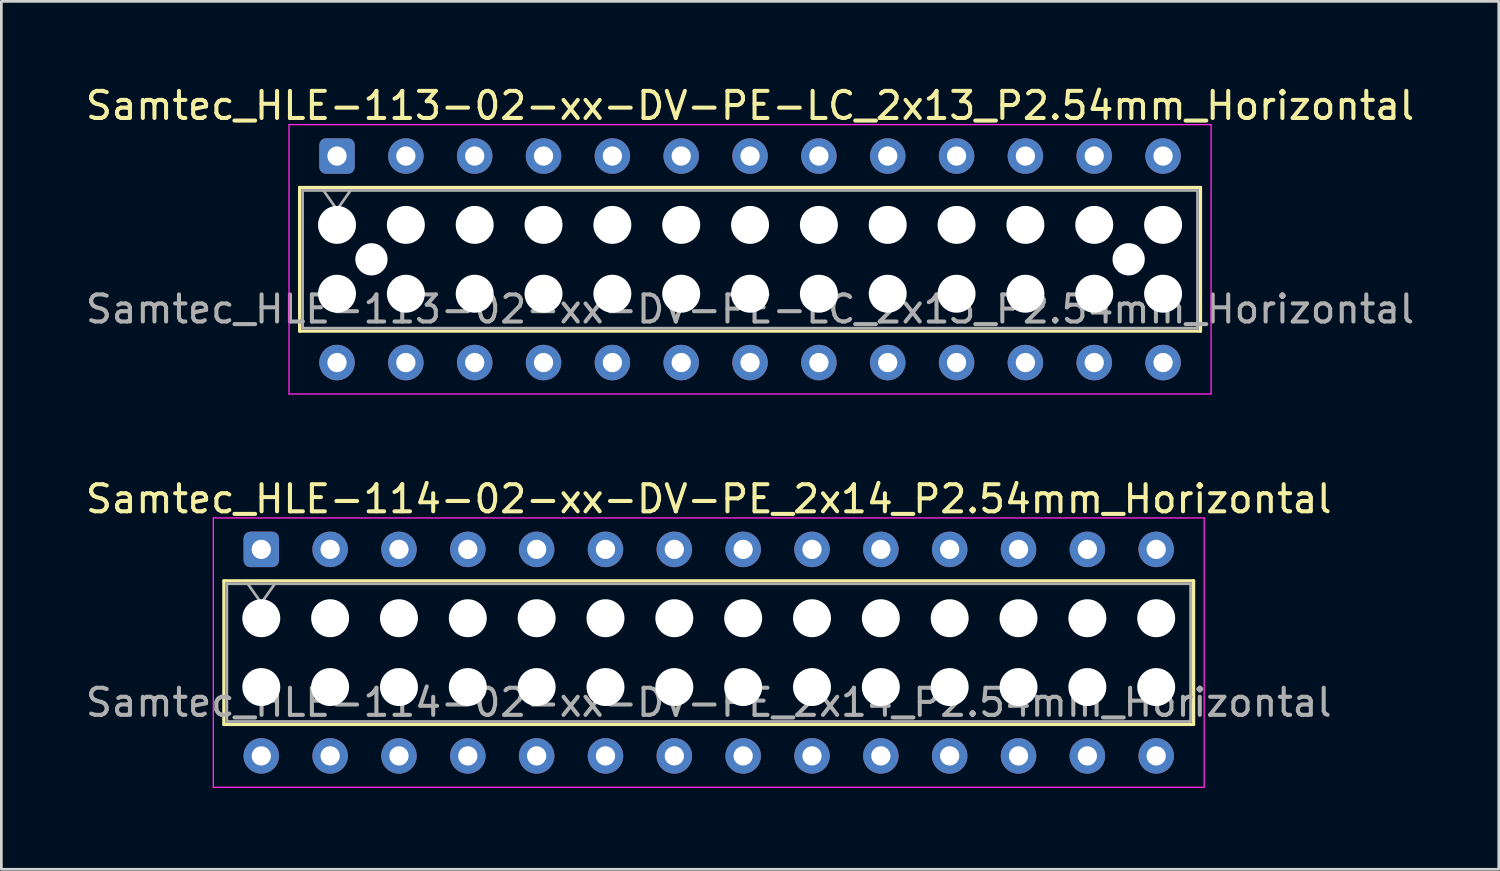
<source format=kicad_pcb>
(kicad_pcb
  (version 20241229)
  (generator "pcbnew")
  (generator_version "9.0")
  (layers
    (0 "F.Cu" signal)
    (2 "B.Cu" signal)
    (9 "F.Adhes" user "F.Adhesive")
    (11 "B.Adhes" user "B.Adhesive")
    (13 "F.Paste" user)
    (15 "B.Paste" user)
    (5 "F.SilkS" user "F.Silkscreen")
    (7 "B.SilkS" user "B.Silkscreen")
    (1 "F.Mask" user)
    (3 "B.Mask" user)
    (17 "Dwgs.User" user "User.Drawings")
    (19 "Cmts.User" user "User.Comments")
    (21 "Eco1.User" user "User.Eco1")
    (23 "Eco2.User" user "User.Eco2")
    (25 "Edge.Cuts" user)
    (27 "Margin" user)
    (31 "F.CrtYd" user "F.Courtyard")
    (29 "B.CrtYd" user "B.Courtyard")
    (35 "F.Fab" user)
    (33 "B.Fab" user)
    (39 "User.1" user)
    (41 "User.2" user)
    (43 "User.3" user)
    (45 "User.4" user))
  (footprint "Samtec_HLE-114-02-xx-DV-PE_2x14_P2.54mm_Horizontal"
    (layer "F.Cu")
    (at 6.591 17.221)
    (property "Reference" "Samtec_HLE-114-02-xx-DV-PE_2x14_P2.54mm_Horizontal" (at 16.51 -1.86 0) (layer "F.SilkS") (effects (font (size 1 1) (thickness 0.15))))
    (attr through_hole)
    (fp_line (start -1.38 1.16) (end 34.4 1.16) (stroke (width 0.12) (type solid)) (layer "F.SilkS"))
    (fp_line (start -1.38 6.46) (end -1.38 1.16) (stroke (width 0.12) (type solid)) (layer "F.SilkS"))
    (fp_line (start 34.4 1.16) (end 34.4 6.46) (stroke (width 0.12) (type solid)) (layer "F.SilkS"))
    (fp_line (start 34.4 6.46) (end -1.38 6.46) (stroke (width 0.12) (type solid)) (layer "F.SilkS"))
    (fp_line (start -1.77 -1.16) (end 34.79 -1.16) (stroke (width 0.05) (type solid)) (layer "F.CrtYd"))
    (fp_line (start -1.77 8.78) (end -1.77 -1.16) (stroke (width 0.05) (type solid)) (layer "F.CrtYd"))
    (fp_line (start 34.79 -1.16) (end 34.79 8.78) (stroke (width 0.05) (type solid)) (layer "F.CrtYd"))
    (fp_line (start 34.79 8.78) (end -1.77 8.78) (stroke (width 0.05) (type solid)) (layer "F.CrtYd"))
    (fp_line (start -1.27 1.27) (end 34.29 1.27) (stroke (width 0.1) (type solid)) (layer "F.Fab"))
    (fp_line (start -1.27 6.35) (end -1.27 1.27) (stroke (width 0.1) (type solid)) (layer "F.Fab"))
    (fp_line (start -0.5 1.27) (end 0 1.977) (stroke (width 0.1) (type solid)) (layer "F.Fab"))
    (fp_line (start 0 1.977) (end 0.5 1.27) (stroke (width 0.1) (type solid)) (layer "F.Fab"))
    (fp_line (start 34.29 1.27) (end 34.29 6.35) (stroke (width 0.1) (type solid)) (layer "F.Fab"))
    (fp_line (start 34.29 6.35) (end -1.27 6.35) (stroke (width 0.1) (type solid)) (layer "F.Fab"))
    (fp_text user "${REFERENCE}" (at 16.51 5.65 0) (layer "F.Fab") (effects (font (size 1 1) (thickness 0.15))))
    (pad "" np_thru_hole circle (at 0 2.54) (size 1.4 1.4) (drill 1.4) (layers "*.Cu" "*.Mask"))
    (pad "" np_thru_hole circle (at 0 5.08) (size 1.4 1.4) (drill 1.4) (layers "*.Cu" "*.Mask"))
    (pad "" np_thru_hole circle (at 2.54 2.54) (size 1.4 1.4) (drill 1.4) (layers "*.Cu" "*.Mask"))
    (pad "" np_thru_hole circle (at 2.54 5.08) (size 1.4 1.4) (drill 1.4) (layers "*.Cu" "*.Mask"))
    (pad "" np_thru_hole circle (at 5.08 2.54) (size 1.4 1.4) (drill 1.4) (layers "*.Cu" "*.Mask"))
    (pad "" np_thru_hole circle (at 5.08 5.08) (size 1.4 1.4) (drill 1.4) (layers "*.Cu" "*.Mask"))
    (pad "" np_thru_hole circle (at 7.62 2.54) (size 1.4 1.4) (drill 1.4) (layers "*.Cu" "*.Mask"))
    (pad "" np_thru_hole circle (at 7.62 5.08) (size 1.4 1.4) (drill 1.4) (layers "*.Cu" "*.Mask"))
    (pad "" np_thru_hole circle (at 10.16 2.54) (size 1.4 1.4) (drill 1.4) (layers "*.Cu" "*.Mask"))
    (pad "" np_thru_hole circle (at 10.16 5.08) (size 1.4 1.4) (drill 1.4) (layers "*.Cu" "*.Mask"))
    (pad "" np_thru_hole circle (at 12.7 2.54) (size 1.4 1.4) (drill 1.4) (layers "*.Cu" "*.Mask"))
    (pad "" np_thru_hole circle (at 12.7 5.08) (size 1.4 1.4) (drill 1.4) (layers "*.Cu" "*.Mask"))
    (pad "" np_thru_hole circle (at 15.24 2.54) (size 1.4 1.4) (drill 1.4) (layers "*.Cu" "*.Mask"))
    (pad "" np_thru_hole circle (at 15.24 5.08) (size 1.4 1.4) (drill 1.4) (layers "*.Cu" "*.Mask"))
    (pad "" np_thru_hole circle (at 17.78 2.54) (size 1.4 1.4) (drill 1.4) (layers "*.Cu" "*.Mask"))
    (pad "" np_thru_hole circle (at 17.78 5.08) (size 1.4 1.4) (drill 1.4) (layers "*.Cu" "*.Mask"))
    (pad "" np_thru_hole circle (at 20.32 2.54) (size 1.4 1.4) (drill 1.4) (layers "*.Cu" "*.Mask"))
    (pad "" np_thru_hole circle (at 20.32 5.08) (size 1.4 1.4) (drill 1.4) (layers "*.Cu" "*.Mask"))
    (pad "" np_thru_hole circle (at 22.86 2.54) (size 1.4 1.4) (drill 1.4) (layers "*.Cu" "*.Mask"))
    (pad "" np_thru_hole circle (at 22.86 5.08) (size 1.4 1.4) (drill 1.4) (layers "*.Cu" "*.Mask"))
    (pad "" np_thru_hole circle (at 25.4 2.54) (size 1.4 1.4) (drill 1.4) (layers "*.Cu" "*.Mask"))
    (pad "" np_thru_hole circle (at 25.4 5.08) (size 1.4 1.4) (drill 1.4) (layers "*.Cu" "*.Mask"))
    (pad "" np_thru_hole circle (at 27.94 2.54) (size 1.4 1.4) (drill 1.4) (layers "*.Cu" "*.Mask"))
    (pad "" np_thru_hole circle (at 27.94 5.08) (size 1.4 1.4) (drill 1.4) (layers "*.Cu" "*.Mask"))
    (pad "" np_thru_hole circle (at 30.48 2.54) (size 1.4 1.4) (drill 1.4) (layers "*.Cu" "*.Mask"))
    (pad "" np_thru_hole circle (at 30.48 5.08) (size 1.4 1.4) (drill 1.4) (layers "*.Cu" "*.Mask"))
    (pad "" np_thru_hole circle (at 33.02 2.54) (size 1.4 1.4) (drill 1.4) (layers "*.Cu" "*.Mask"))
    (pad "" np_thru_hole circle (at 33.02 5.08) (size 1.4 1.4) (drill 1.4) (layers "*.Cu" "*.Mask"))
    (pad "1" thru_hole roundrect (at 0 0) (size 1.31 1.31) (drill 0.71) (layers "*.Cu" "*.Mask") (roundrect_rratio 0.191))
    (pad "2" thru_hole circle (at 0 7.62) (size 1.31 1.31) (drill 0.71) (layers "*.Cu" "*.Mask"))
    (pad "3" thru_hole circle (at 2.54 0) (size 1.31 1.31) (drill 0.71) (layers "*.Cu" "*.Mask"))
    (pad "4" thru_hole circle (at 2.54 7.62) (size 1.31 1.31) (drill 0.71) (layers "*.Cu" "*.Mask"))
    (pad "5" thru_hole circle (at 5.08 0) (size 1.31 1.31) (drill 0.71) (layers "*.Cu" "*.Mask"))
    (pad "6" thru_hole circle (at 5.08 7.62) (size 1.31 1.31) (drill 0.71) (layers "*.Cu" "*.Mask"))
    (pad "7" thru_hole circle (at 7.62 0) (size 1.31 1.31) (drill 0.71) (layers "*.Cu" "*.Mask"))
    (pad "8" thru_hole circle (at 7.62 7.62) (size 1.31 1.31) (drill 0.71) (layers "*.Cu" "*.Mask"))
    (pad "9" thru_hole circle (at 10.16 0) (size 1.31 1.31) (drill 0.71) (layers "*.Cu" "*.Mask"))
    (pad "10" thru_hole circle (at 10.16 7.62) (size 1.31 1.31) (drill 0.71) (layers "*.Cu" "*.Mask"))
    (pad "11" thru_hole circle (at 12.7 0) (size 1.31 1.31) (drill 0.71) (layers "*.Cu" "*.Mask"))
    (pad "12" thru_hole circle (at 12.7 7.62) (size 1.31 1.31) (drill 0.71) (layers "*.Cu" "*.Mask"))
    (pad "13" thru_hole circle (at 15.24 0) (size 1.31 1.31) (drill 0.71) (layers "*.Cu" "*.Mask"))
    (pad "14" thru_hole circle (at 15.24 7.62) (size 1.31 1.31) (drill 0.71) (layers "*.Cu" "*.Mask"))
    (pad "15" thru_hole circle (at 17.78 0) (size 1.31 1.31) (drill 0.71) (layers "*.Cu" "*.Mask"))
    (pad "16" thru_hole circle (at 17.78 7.62) (size 1.31 1.31) (drill 0.71) (layers "*.Cu" "*.Mask"))
    (pad "17" thru_hole circle (at 20.32 0) (size 1.31 1.31) (drill 0.71) (layers "*.Cu" "*.Mask"))
    (pad "18" thru_hole circle (at 20.32 7.62) (size 1.31 1.31) (drill 0.71) (layers "*.Cu" "*.Mask"))
    (pad "19" thru_hole circle (at 22.86 0) (size 1.31 1.31) (drill 0.71) (layers "*.Cu" "*.Mask"))
    (pad "20" thru_hole circle (at 22.86 7.62) (size 1.31 1.31) (drill 0.71) (layers "*.Cu" "*.Mask"))
    (pad "21" thru_hole circle (at 25.4 0) (size 1.31 1.31) (drill 0.71) (layers "*.Cu" "*.Mask"))
    (pad "22" thru_hole circle (at 25.4 7.62) (size 1.31 1.31) (drill 0.71) (layers "*.Cu" "*.Mask"))
    (pad "23" thru_hole circle (at 27.94 0) (size 1.31 1.31) (drill 0.71) (layers "*.Cu" "*.Mask"))
    (pad "24" thru_hole circle (at 27.94 7.62) (size 1.31 1.31) (drill 0.71) (layers "*.Cu" "*.Mask"))
    (pad "25" thru_hole circle (at 30.48 0) (size 1.31 1.31) (drill 0.71) (layers "*.Cu" "*.Mask"))
    (pad "26" thru_hole circle (at 30.48 7.62) (size 1.31 1.31) (drill 0.71) (layers "*.Cu" "*.Mask"))
    (pad "27" thru_hole circle (at 33.02 0) (size 1.31 1.31) (drill 0.71) (layers "*.Cu" "*.Mask"))
    (pad "28" thru_hole circle (at 33.02 7.62) (size 1.31 1.31) (drill 0.71) (layers "*.Cu" "*.Mask")))
  (footprint "Samtec_HLE-113-02-xx-DV-PE-LC_2x13_P2.54mm_Horizontal"
    (layer "F.Cu")
    (at 9.385 2.708)
    (property "Reference" "Samtec_HLE-113-02-xx-DV-PE-LC_2x13_P2.54mm_Horizontal" (at 15.24 -1.86 0) (layer "F.SilkS") (effects (font (size 1 1) (thickness 0.15))))
    (attr through_hole)
    (fp_line (start -1.38 1.16) (end 31.86 1.16) (stroke (width 0.12) (type solid)) (layer "F.SilkS"))
    (fp_line (start -1.38 6.46) (end -1.38 1.16) (stroke (width 0.12) (type solid)) (layer "F.SilkS"))
    (fp_line (start 31.86 1.16) (end 31.86 6.46) (stroke (width 0.12) (type solid)) (layer "F.SilkS"))
    (fp_line (start 31.86 6.46) (end -1.38 6.46) (stroke (width 0.12) (type solid)) (layer "F.SilkS"))
    (fp_line (start -1.77 -1.16) (end 32.25 -1.16) (stroke (width 0.05) (type solid)) (layer "F.CrtYd"))
    (fp_line (start -1.77 8.78) (end -1.77 -1.16) (stroke (width 0.05) (type solid)) (layer "F.CrtYd"))
    (fp_line (start 32.25 -1.16) (end 32.25 8.78) (stroke (width 0.05) (type solid)) (layer "F.CrtYd"))
    (fp_line (start 32.25 8.78) (end -1.77 8.78) (stroke (width 0.05) (type solid)) (layer "F.CrtYd"))
    (fp_line (start -1.27 1.27) (end 31.75 1.27) (stroke (width 0.1) (type solid)) (layer "F.Fab"))
    (fp_line (start -1.27 6.35) (end -1.27 1.27) (stroke (width 0.1) (type solid)) (layer "F.Fab"))
    (fp_line (start -0.5 1.27) (end 0 1.977) (stroke (width 0.1) (type solid)) (layer "F.Fab"))
    (fp_line (start 0 1.977) (end 0.5 1.27) (stroke (width 0.1) (type solid)) (layer "F.Fab"))
    (fp_line (start 31.75 1.27) (end 31.75 6.35) (stroke (width 0.1) (type solid)) (layer "F.Fab"))
    (fp_line (start 31.75 6.35) (end -1.27 6.35) (stroke (width 0.1) (type solid)) (layer "F.Fab"))
    (fp_text user "${REFERENCE}" (at 15.24 5.65 0) (layer "F.Fab") (effects (font (size 1 1) (thickness 0.15))))
    (pad "" np_thru_hole circle (at 0 2.54) (size 1.4 1.4) (drill 1.4) (layers "*.Cu" "*.Mask"))
    (pad "" np_thru_hole circle (at 0 5.08) (size 1.4 1.4) (drill 1.4) (layers "*.Cu" "*.Mask"))
    (pad "" np_thru_hole circle (at 1.27 3.81) (size 1.19 1.19) (drill 1.19) (layers "*.Cu" "*.Mask"))
    (pad "" np_thru_hole circle (at 2.54 2.54) (size 1.4 1.4) (drill 1.4) (layers "*.Cu" "*.Mask"))
    (pad "" np_thru_hole circle (at 2.54 5.08) (size 1.4 1.4) (drill 1.4) (layers "*.Cu" "*.Mask"))
    (pad "" np_thru_hole circle (at 5.08 2.54) (size 1.4 1.4) (drill 1.4) (layers "*.Cu" "*.Mask"))
    (pad "" np_thru_hole circle (at 5.08 5.08) (size 1.4 1.4) (drill 1.4) (layers "*.Cu" "*.Mask"))
    (pad "" np_thru_hole circle (at 7.62 2.54) (size 1.4 1.4) (drill 1.4) (layers "*.Cu" "*.Mask"))
    (pad "" np_thru_hole circle (at 7.62 5.08) (size 1.4 1.4) (drill 1.4) (layers "*.Cu" "*.Mask"))
    (pad "" np_thru_hole circle (at 10.16 2.54) (size 1.4 1.4) (drill 1.4) (layers "*.Cu" "*.Mask"))
    (pad "" np_thru_hole circle (at 10.16 5.08) (size 1.4 1.4) (drill 1.4) (layers "*.Cu" "*.Mask"))
    (pad "" np_thru_hole circle (at 12.7 2.54) (size 1.4 1.4) (drill 1.4) (layers "*.Cu" "*.Mask"))
    (pad "" np_thru_hole circle (at 12.7 5.08) (size 1.4 1.4) (drill 1.4) (layers "*.Cu" "*.Mask"))
    (pad "" np_thru_hole circle (at 15.24 2.54) (size 1.4 1.4) (drill 1.4) (layers "*.Cu" "*.Mask"))
    (pad "" np_thru_hole circle (at 15.24 5.08) (size 1.4 1.4) (drill 1.4) (layers "*.Cu" "*.Mask"))
    (pad "" np_thru_hole circle (at 17.78 2.54) (size 1.4 1.4) (drill 1.4) (layers "*.Cu" "*.Mask"))
    (pad "" np_thru_hole circle (at 17.78 5.08) (size 1.4 1.4) (drill 1.4) (layers "*.Cu" "*.Mask"))
    (pad "" np_thru_hole circle (at 20.32 2.54) (size 1.4 1.4) (drill 1.4) (layers "*.Cu" "*.Mask"))
    (pad "" np_thru_hole circle (at 20.32 5.08) (size 1.4 1.4) (drill 1.4) (layers "*.Cu" "*.Mask"))
    (pad "" np_thru_hole circle (at 22.86 2.54) (size 1.4 1.4) (drill 1.4) (layers "*.Cu" "*.Mask"))
    (pad "" np_thru_hole circle (at 22.86 5.08) (size 1.4 1.4) (drill 1.4) (layers "*.Cu" "*.Mask"))
    (pad "" np_thru_hole circle (at 25.4 2.54) (size 1.4 1.4) (drill 1.4) (layers "*.Cu" "*.Mask"))
    (pad "" np_thru_hole circle (at 25.4 5.08) (size 1.4 1.4) (drill 1.4) (layers "*.Cu" "*.Mask"))
    (pad "" np_thru_hole circle (at 27.94 2.54) (size 1.4 1.4) (drill 1.4) (layers "*.Cu" "*.Mask"))
    (pad "" np_thru_hole circle (at 27.94 5.08) (size 1.4 1.4) (drill 1.4) (layers "*.Cu" "*.Mask"))
    (pad "" np_thru_hole circle (at 29.21 3.81) (size 1.19 1.19) (drill 1.19) (layers "*.Cu" "*.Mask"))
    (pad "" np_thru_hole circle (at 30.48 2.54) (size 1.4 1.4) (drill 1.4) (layers "*.Cu" "*.Mask"))
    (pad "" np_thru_hole circle (at 30.48 5.08) (size 1.4 1.4) (drill 1.4) (layers "*.Cu" "*.Mask"))
    (pad "1" thru_hole roundrect (at 0 0) (size 1.31 1.31) (drill 0.71) (layers "*.Cu" "*.Mask") (roundrect_rratio 0.191))
    (pad "2" thru_hole circle (at 0 7.62) (size 1.31 1.31) (drill 0.71) (layers "*.Cu" "*.Mask"))
    (pad "3" thru_hole circle (at 2.54 0) (size 1.31 1.31) (drill 0.71) (layers "*.Cu" "*.Mask"))
    (pad "4" thru_hole circle (at 2.54 7.62) (size 1.31 1.31) (drill 0.71) (layers "*.Cu" "*.Mask"))
    (pad "5" thru_hole circle (at 5.08 0) (size 1.31 1.31) (drill 0.71) (layers "*.Cu" "*.Mask"))
    (pad "6" thru_hole circle (at 5.08 7.62) (size 1.31 1.31) (drill 0.71) (layers "*.Cu" "*.Mask"))
    (pad "7" thru_hole circle (at 7.62 0) (size 1.31 1.31) (drill 0.71) (layers "*.Cu" "*.Mask"))
    (pad "8" thru_hole circle (at 7.62 7.62) (size 1.31 1.31) (drill 0.71) (layers "*.Cu" "*.Mask"))
    (pad "9" thru_hole circle (at 10.16 0) (size 1.31 1.31) (drill 0.71) (layers "*.Cu" "*.Mask"))
    (pad "10" thru_hole circle (at 10.16 7.62) (size 1.31 1.31) (drill 0.71) (layers "*.Cu" "*.Mask"))
    (pad "11" thru_hole circle (at 12.7 0) (size 1.31 1.31) (drill 0.71) (layers "*.Cu" "*.Mask"))
    (pad "12" thru_hole circle (at 12.7 7.62) (size 1.31 1.31) (drill 0.71) (layers "*.Cu" "*.Mask"))
    (pad "13" thru_hole circle (at 15.24 0) (size 1.31 1.31) (drill 0.71) (layers "*.Cu" "*.Mask"))
    (pad "14" thru_hole circle (at 15.24 7.62) (size 1.31 1.31) (drill 0.71) (layers "*.Cu" "*.Mask"))
    (pad "15" thru_hole circle (at 17.78 0) (size 1.31 1.31) (drill 0.71) (layers "*.Cu" "*.Mask"))
    (pad "16" thru_hole circle (at 17.78 7.62) (size 1.31 1.31) (drill 0.71) (layers "*.Cu" "*.Mask"))
    (pad "17" thru_hole circle (at 20.32 0) (size 1.31 1.31) (drill 0.71) (layers "*.Cu" "*.Mask"))
    (pad "18" thru_hole circle (at 20.32 7.62) (size 1.31 1.31) (drill 0.71) (layers "*.Cu" "*.Mask"))
    (pad "19" thru_hole circle (at 22.86 0) (size 1.31 1.31) (drill 0.71) (layers "*.Cu" "*.Mask"))
    (pad "20" thru_hole circle (at 22.86 7.62) (size 1.31 1.31) (drill 0.71) (layers "*.Cu" "*.Mask"))
    (pad "21" thru_hole circle (at 25.4 0) (size 1.31 1.31) (drill 0.71) (layers "*.Cu" "*.Mask"))
    (pad "22" thru_hole circle (at 25.4 7.62) (size 1.31 1.31) (drill 0.71) (layers "*.Cu" "*.Mask"))
    (pad "23" thru_hole circle (at 27.94 0) (size 1.31 1.31) (drill 0.71) (layers "*.Cu" "*.Mask"))
    (pad "24" thru_hole circle (at 27.94 7.62) (size 1.31 1.31) (drill 0.71) (layers "*.Cu" "*.Mask"))
    (pad "25" thru_hole circle (at 30.48 0) (size 1.31 1.31) (drill 0.71) (layers "*.Cu" "*.Mask"))
    (pad "26" thru_hole circle (at 30.48 7.62) (size 1.31 1.31) (drill 0.71) (layers "*.Cu" "*.Mask")))
  (gr_rect
    (start -3 -3)
    (end 52.25 29.026)
    (stroke (width 0.1) (type default))
    (fill no)
    (layer "Edge.Cuts")))
</source>
